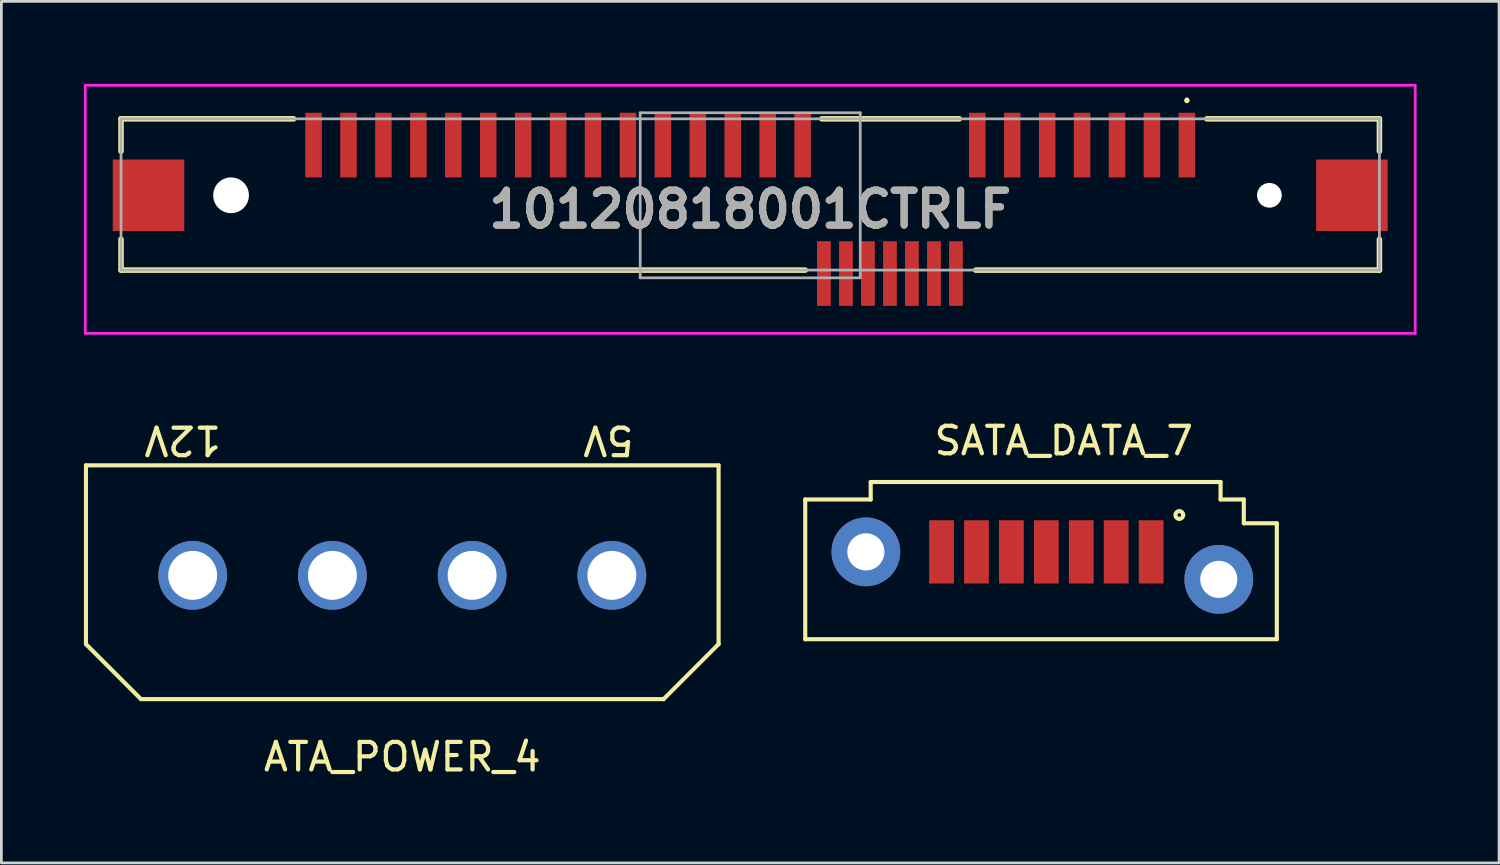
<source format=kicad_pcb>
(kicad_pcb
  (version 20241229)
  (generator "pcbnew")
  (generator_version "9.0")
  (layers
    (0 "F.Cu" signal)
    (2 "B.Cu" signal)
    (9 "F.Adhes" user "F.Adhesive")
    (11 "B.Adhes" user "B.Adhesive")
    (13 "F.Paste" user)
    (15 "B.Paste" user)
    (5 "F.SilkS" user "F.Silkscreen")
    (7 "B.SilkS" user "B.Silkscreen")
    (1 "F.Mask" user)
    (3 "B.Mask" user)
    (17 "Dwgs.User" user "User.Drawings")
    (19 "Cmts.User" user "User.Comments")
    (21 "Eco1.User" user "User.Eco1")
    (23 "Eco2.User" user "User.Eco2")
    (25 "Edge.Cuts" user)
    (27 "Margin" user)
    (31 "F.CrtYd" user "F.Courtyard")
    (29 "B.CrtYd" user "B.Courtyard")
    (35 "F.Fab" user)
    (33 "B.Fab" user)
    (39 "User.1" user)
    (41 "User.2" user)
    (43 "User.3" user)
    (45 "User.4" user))
  (footprint "10120818001CTRLF"
    (layer "F.Cu")
    (at 24.225 4.56)
    (property "Reference" "10120818001CTRLF" (at 0 0 0) (layer "F.SilkS") (effects (font (size 1.27 1.27) (thickness 0.254))))
    (attr through_hole)
    (fp_line (start -22.875 -3.29) (end -16.6 -3.29) (stroke (width 0.2) (type solid)) (layer "F.SilkS"))
    (fp_line (start -22.875 -2.11) (end -22.875 -3.29) (stroke (width 0.2) (type solid)) (layer "F.SilkS"))
    (fp_line (start -22.875 2.21) (end -22.875 1.09) (stroke (width 0.2) (type solid)) (layer "F.SilkS"))
    (fp_line (start 2 2.21) (end -22.875 2.21) (stroke (width 0.2) (type solid)) (layer "F.SilkS"))
    (fp_line (start 2.6 -3.29) (end 7.6 -3.29) (stroke (width 0.2) (type solid)) (layer "F.SilkS"))
    (fp_line (start 15.875 -4.01) (end 15.875 -4.01) (stroke (width 0.1) (type solid)) (layer "F.SilkS"))
    (fp_line (start 15.875 -3.91) (end 15.875 -3.91) (stroke (width 0.1) (type solid)) (layer "F.SilkS"))
    (fp_line (start 16.6 -3.29) (end 22.875 -3.29) (stroke (width 0.2) (type solid)) (layer "F.SilkS"))
    (fp_line (start 22.875 -3.29) (end 22.875 -2.11) (stroke (width 0.2) (type solid)) (layer "F.SilkS"))
    (fp_line (start 22.875 1.09) (end 22.875 2.21) (stroke (width 0.2) (type solid)) (layer "F.SilkS"))
    (fp_line (start 22.875 2.21) (end 8.2 2.21) (stroke (width 0.2) (type solid)) (layer "F.SilkS"))
    (fp_arc (start 15.875 -4.01) (mid 15.925 -3.96) (end 15.875 -3.91) (stroke (width 0.1) (type solid)) (layer "F.SilkS"))
    (fp_arc (start 15.875 -3.91) (mid 15.825 -3.96) (end 15.875 -4.01) (stroke (width 0.1) (type solid)) (layer "F.SilkS"))
    (fp_line (start -24.175 -4.51) (end 24.175 -4.51) (stroke (width 0.1) (type solid)) (layer "F.CrtYd"))
    (fp_line (start -24.175 4.51) (end -24.175 -4.51) (stroke (width 0.1) (type solid)) (layer "F.CrtYd"))
    (fp_line (start 24.175 -4.51) (end 24.175 4.51) (stroke (width 0.1) (type solid)) (layer "F.CrtYd"))
    (fp_line (start 24.175 4.51) (end -24.175 4.51) (stroke (width 0.1) (type solid)) (layer "F.CrtYd"))
    (fp_line (start -22.875 -3.29) (end 22.875 -3.29) (stroke (width 0.1) (type solid)) (layer "F.Fab"))
    (fp_line (start -22.875 2.21) (end -22.875 -3.29) (stroke (width 0.1) (type solid)) (layer "F.Fab"))
    (fp_line (start -4 -3.51) (end 4 -3.51) (stroke (width 0.1) (type solid)) (layer "F.Fab"))
    (fp_line (start -4 2.49) (end -4 -3.51) (stroke (width 0.1) (type solid)) (layer "F.Fab"))
    (fp_line (start 4 -3.51) (end 4 2.49) (stroke (width 0.1) (type solid)) (layer "F.Fab"))
    (fp_line (start 4 2.49) (end -4 2.49) (stroke (width 0.1) (type solid)) (layer "F.Fab"))
    (fp_line (start 22.875 -3.29) (end 22.875 2.21) (stroke (width 0.1) (type solid)) (layer "F.Fab"))
    (fp_line (start 22.875 2.21) (end -22.875 2.21) (stroke (width 0.1) (type solid)) (layer "F.Fab"))
    (fp_text user "${REFERENCE}" (at 0 0 0) (layer "F.Fab") (effects (font (size 1.27 1.27) (thickness 0.254))))
    (pad "" np_thru_hole circle (at -18.875 -0.51) (size 1.3 1.3) (drill 1.3) (layers "*.Cu" "*.Mask"))
    (pad "" np_thru_hole circle (at 18.875 -0.51) (size 0.9 0.9) (drill 0.9) (layers "*.Cu" "*.Mask"))
    (pad "1" smd rect (at 21.875 -0.51) (size 2.6 2.6) (layers "F.Cu" "F.Mask" "F.Paste"))
    (pad "2" smd rect (at -21.875 -0.51) (size 2.6 2.6) (layers "F.Cu" "F.Mask" "F.Paste"))
    (pad "P1" smd rect (at 1.905 -2.335) (size 0.6 2.35) (layers "F.Cu" "F.Mask" "F.Paste"))
    (pad "P2" smd rect (at 0.635 -2.335) (size 0.6 2.35) (layers "F.Cu" "F.Mask" "F.Paste"))
    (pad "P3" smd rect (at -0.635 -2.335) (size 0.6 2.35) (layers "F.Cu" "F.Mask" "F.Paste"))
    (pad "P4" smd rect (at -1.905 -2.335) (size 0.6 2.35) (layers "F.Cu" "F.Mask" "F.Paste"))
    (pad "P5" smd rect (at -3.175 -2.335) (size 0.6 2.35) (layers "F.Cu" "F.Mask" "F.Paste"))
    (pad "P6" smd rect (at -4.445 -2.335) (size 0.6 2.35) (layers "F.Cu" "F.Mask" "F.Paste"))
    (pad "P7" smd rect (at -5.715 -2.335) (size 0.6 2.35) (layers "F.Cu" "F.Mask" "F.Paste"))
    (pad "P8" smd rect (at -6.985 -2.335) (size 0.6 2.35) (layers "F.Cu" "F.Mask" "F.Paste"))
    (pad "P9" smd rect (at -8.255 -2.335) (size 0.6 2.35) (layers "F.Cu" "F.Mask" "F.Paste"))
    (pad "P10" smd rect (at -9.525 -2.335) (size 0.6 2.35) (layers "F.Cu" "F.Mask" "F.Paste"))
    (pad "P11" smd rect (at -10.795 -2.335) (size 0.6 2.35) (layers "F.Cu" "F.Mask" "F.Paste"))
    (pad "P12" smd rect (at -12.065 -2.335) (size 0.6 2.35) (layers "F.Cu" "F.Mask" "F.Paste"))
    (pad "P13" smd rect (at -13.335 -2.335) (size 0.6 2.35) (layers "F.Cu" "F.Mask" "F.Paste"))
    (pad "P14" smd rect (at -14.605 -2.335) (size 0.6 2.35) (layers "F.Cu" "F.Mask" "F.Paste"))
    (pad "P15" smd rect (at -15.875 -2.335) (size 0.6 2.35) (layers "F.Cu" "F.Mask" "F.Paste"))
    (pad "S1" smd rect (at 15.875 -2.335) (size 0.6 2.35) (layers "F.Cu" "F.Mask" "F.Paste"))
    (pad "S2" smd rect (at 14.605 -2.335) (size 0.6 2.35) (layers "F.Cu" "F.Mask" "F.Paste"))
    (pad "S3" smd rect (at 13.335 -2.335) (size 0.6 2.35) (layers "F.Cu" "F.Mask" "F.Paste"))
    (pad "S4" smd rect (at 12.065 -2.335) (size 0.6 2.35) (layers "F.Cu" "F.Mask" "F.Paste"))
    (pad "S5" smd rect (at 10.795 -2.335) (size 0.6 2.35) (layers "F.Cu" "F.Mask" "F.Paste"))
    (pad "S6" smd rect (at 9.525 -2.335) (size 0.6 2.35) (layers "F.Cu" "F.Mask" "F.Paste"))
    (pad "S7" smd rect (at 8.255 -2.335) (size 0.6 2.35) (layers "F.Cu" "F.Mask" "F.Paste"))
    (pad "S8" smd rect (at 7.48 2.335) (size 0.5 2.35) (layers "F.Cu" "F.Mask" "F.Paste"))
    (pad "S9" smd rect (at 6.68 2.335) (size 0.5 2.35) (layers "F.Cu" "F.Mask" "F.Paste"))
    (pad "S10" smd rect (at 5.88 2.335) (size 0.5 2.35) (layers "F.Cu" "F.Mask" "F.Paste"))
    (pad "S11" smd rect (at 5.08 2.335) (size 0.5 2.35) (layers "F.Cu" "F.Mask" "F.Paste"))
    (pad "S12" smd rect (at 4.28 2.335) (size 0.5 2.35) (layers "F.Cu" "F.Mask" "F.Paste"))
    (pad "S13" smd rect (at 3.48 2.335) (size 0.5 2.35) (layers "F.Cu" "F.Mask" "F.Paste"))
    (pad "S14" smd rect (at 2.68 2.335) (size 0.5 2.35) (layers "F.Cu" "F.Mask" "F.Paste")))
  (footprint "ATA_POWER_4"
    (layer "F.Cu")
    (at 11.575 17.868)
    (property "Reference" "ATA_POWER_4" (at 0 6.6 180) (layer "F.SilkS") (effects (font (size 1 1) (thickness 0.153))))
    (attr smd)
    (fp_line (start -11.5 -4) (end 11.5 -4) (stroke (width 0.15) (type solid)) (layer "F.SilkS"))
    (fp_line (start -11.5 2.5) (end -11.5 -4) (stroke (width 0.15) (type solid)) (layer "F.SilkS"))
    (fp_line (start -11.5 2.5) (end -9.5 4.5) (stroke (width 0.15) (type default)) (layer "F.SilkS"))
    (fp_line (start 9.5 4.5) (end -9.5 4.5) (stroke (width 0.15) (type solid)) (layer "F.SilkS"))
    (fp_line (start 11.5 -4) (end 11.5 2.5) (stroke (width 0.15) (type solid)) (layer "F.SilkS"))
    (fp_line (start 11.5 2.5) (end 9.5 4.5) (stroke (width 0.15) (type default)) (layer "F.SilkS"))
    (fp_text user "5V" (at 8.5 -5.5 180) (unlocked yes) (layer "F.SilkS") (effects (font (size 1 1) (thickness 0.153)) (justify left bottom)))
    (fp_text user "12V" (at -6.5 -5.5 180) (unlocked yes) (layer "F.SilkS") (effects (font (size 1 1) (thickness 0.153)) (justify left bottom)))
    (pad "1" thru_hole circle (at -7.62 0) (size 2.5 2.5) (drill 1.778) (layers "*.Cu" "*.Mask"))
    (pad "2" thru_hole circle (at -2.54 0) (size 2.5 2.5) (drill 1.778) (layers "*.Cu" "*.Mask"))
    (pad "3" thru_hole circle (at 2.54 0) (size 2.5 2.5) (drill 1.778) (layers "*.Cu" "*.Mask"))
    (pad "4" thru_hole circle (at 7.62 0) (size 2.5 2.5) (drill 1.778) (layers "*.Cu" "*.Mask")))
  (footprint "SATA_DATA_7"
    (layer "F.Cu")
    (at 35.625 14.474)
    (property "Reference" "SATA_DATA_7" (at 0 -1.5 0) (layer "F.SilkS") (effects (font (size 1 1) (thickness 0.153))))
    (attr smd)
    (fp_line (start -9.4 0.635) (end -7.02 0.635) (stroke (width 0.15) (type solid)) (layer "F.SilkS"))
    (fp_line (start -9.4 5.715) (end -9.4 0.635) (stroke (width 0.15) (type solid)) (layer "F.SilkS"))
    (fp_line (start -7.02 0.635) (end -7.02 0) (stroke (width 0.15) (type solid)) (layer "F.SilkS"))
    (fp_line (start 5.7 0) (end -7.02 0) (stroke (width 0.15) (type solid)) (layer "F.SilkS"))
    (fp_line (start 5.7 0.635) (end 5.7 0) (stroke (width 0.15) (type default)) (layer "F.SilkS"))
    (fp_line (start 6.545 0.635) (end 5.7 0.635) (stroke (width 0.15) (type default)) (layer "F.SilkS"))
    (fp_line (start 6.545 1.5) (end 6.545 0.635) (stroke (width 0.15) (type default)) (layer "F.SilkS"))
    (fp_line (start 7.745 1.5) (end 6.545 1.5) (stroke (width 0.15) (type default)) (layer "F.SilkS"))
    (fp_line (start 7.745 1.5) (end 7.745 5.715) (stroke (width 0.15) (type solid)) (layer "F.SilkS"))
    (fp_line (start 7.745 5.715) (end -9.4 5.715) (stroke (width 0.15) (type solid)) (layer "F.SilkS"))
    (fp_circle (center 4.2 1.2) (end 4.3 1.3) (stroke (width 0.15) (type solid)) (fill no) (layer "F.SilkS"))
    (pad "" thru_hole circle (at -7.195 2.54) (size 2.5 2.5) (drill 1.35) (layers "*.Cu" "*.Mask"))
    (pad "" thru_hole circle (at 5.635 3.54) (size 2.5 2.5) (drill 1.35) (layers "*.Cu" "*.Mask"))
    (pad "1" smd rect (at 3.175 2.54) (size 0.9 2.3) (layers "F.Cu" "F.Mask" "F.Paste"))
    (pad "2" smd rect (at 1.905 2.54) (size 0.9 2.3) (layers "F.Cu" "F.Mask" "F.Paste"))
    (pad "3" smd rect (at 0.635 2.54) (size 0.9 2.3) (layers "F.Cu" "F.Mask" "F.Paste"))
    (pad "4" smd rect (at -0.635 2.54) (size 0.9 2.3) (layers "F.Cu" "F.Mask" "F.Paste"))
    (pad "5" smd rect (at -1.905 2.54) (size 0.9 2.3) (layers "F.Cu" "F.Mask" "F.Paste"))
    (pad "6" smd rect (at -3.175 2.54) (size 0.9 2.3) (layers "F.Cu" "F.Mask" "F.Paste"))
    (pad "7" smd rect (at -4.445 2.54) (size 0.9 2.3) (layers "F.Cu" "F.Mask" "F.Paste")))
  (gr_rect
    (start -3 -3)
    (end 51.45 28.322)
    (stroke (width 0.1) (type default))
    (fill no)
    (layer "Edge.Cuts")))
</source>
